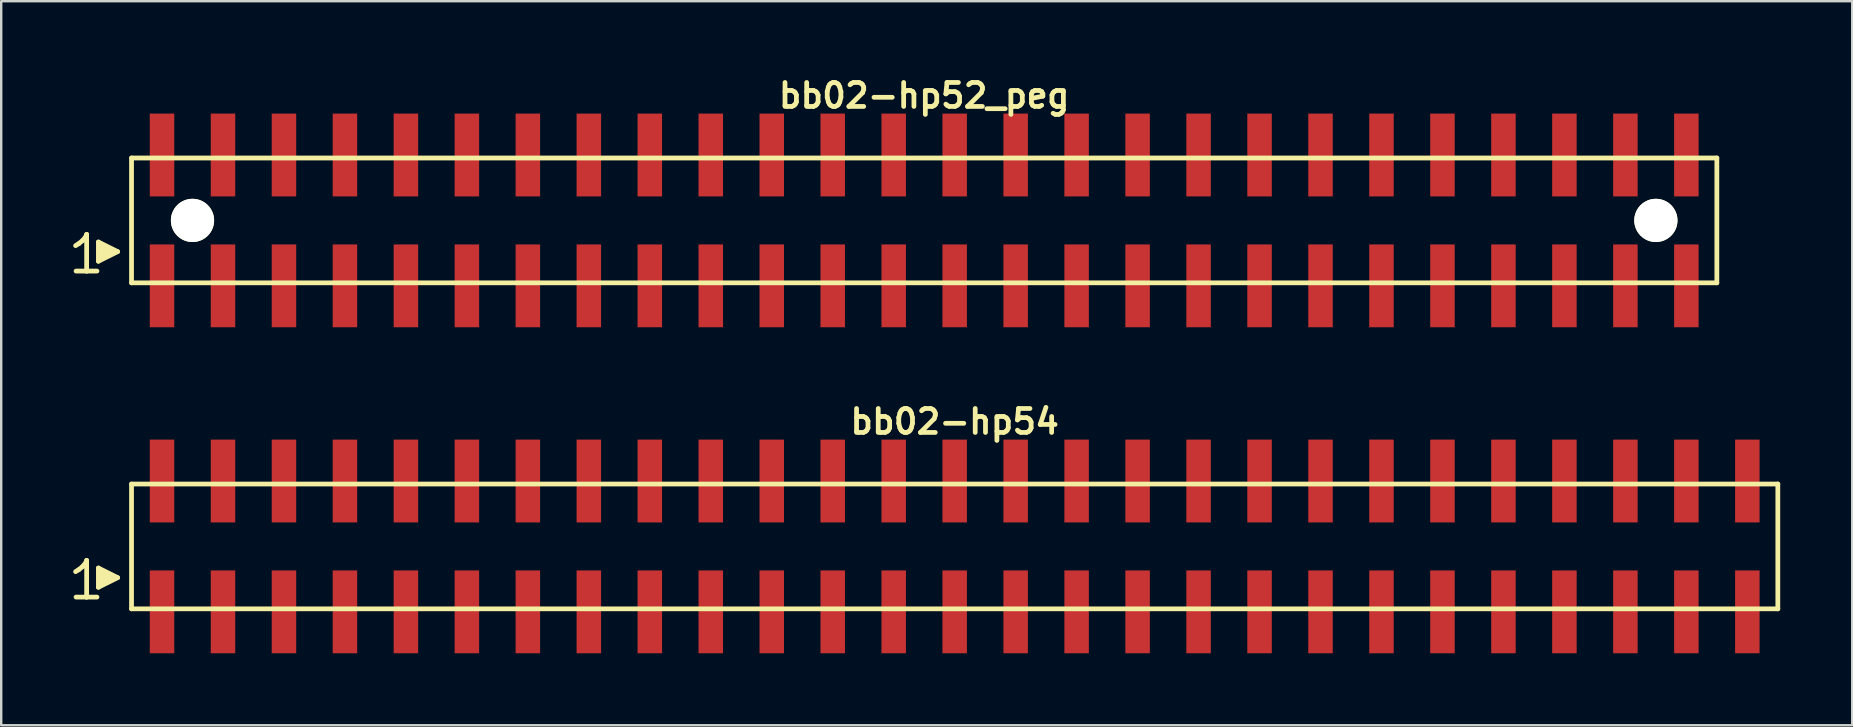
<source format=kicad_pcb>
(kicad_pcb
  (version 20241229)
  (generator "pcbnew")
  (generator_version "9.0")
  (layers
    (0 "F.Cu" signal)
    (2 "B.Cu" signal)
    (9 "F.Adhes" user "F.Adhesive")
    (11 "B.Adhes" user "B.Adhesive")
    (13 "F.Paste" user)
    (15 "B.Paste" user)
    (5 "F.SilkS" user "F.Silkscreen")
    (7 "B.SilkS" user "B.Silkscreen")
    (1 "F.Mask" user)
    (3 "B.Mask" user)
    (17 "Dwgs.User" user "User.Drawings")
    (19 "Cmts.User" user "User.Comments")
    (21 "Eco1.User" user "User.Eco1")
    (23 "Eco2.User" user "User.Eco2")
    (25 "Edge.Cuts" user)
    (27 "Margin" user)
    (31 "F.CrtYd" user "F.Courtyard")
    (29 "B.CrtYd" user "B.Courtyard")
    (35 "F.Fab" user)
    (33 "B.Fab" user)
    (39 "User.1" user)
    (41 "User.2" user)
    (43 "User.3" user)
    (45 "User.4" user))
  (footprint "bb02-hp52_peg"
    (layer "F.Cu")
    (at 35.449 6.132)
    (property "Reference" "bb02-hp52_peg" (at 0 -5.2 0) (layer "F.SilkS") (effects (font (size 0.998 0.998) (thickness 0.198))))
    (attr smd)
    (fp_line (start -35.35 1.05) (end -35.22 0.97) (stroke (width 0.198) (type solid)) (layer "F.SilkS"))
    (fp_line (start -35.22 0.97) (end -35.06 0.84) (stroke (width 0.198) (type solid)) (layer "F.SilkS"))
    (fp_line (start -35.06 0.84) (end -34.92 0.67) (stroke (width 0.198) (type solid)) (layer "F.SilkS"))
    (fp_line (start -34.92 0.67) (end -34.89 0.58) (stroke (width 0.198) (type solid)) (layer "F.SilkS"))
    (fp_line (start -34.89 0.58) (end -34.89 2.11) (stroke (width 0.198) (type solid)) (layer "F.SilkS"))
    (fp_line (start -34.89 2.11) (end -35.33 2.11) (stroke (width 0.198) (type solid)) (layer "F.SilkS"))
    (fp_line (start -34.46 2.11) (end -34.9 2.11) (stroke (width 0.198) (type solid)) (layer "F.SilkS"))
    (fp_line (start -34.4 0.9) (end -33.6 1.3) (stroke (width 0.198) (type solid)) (layer "F.SilkS"))
    (fp_line (start -34.4 1.7) (end -34.4 0.9) (stroke (width 0.198) (type solid)) (layer "F.SilkS"))
    (fp_line (start -34.3 1.6) (end -34.3 1) (stroke (width 0.198) (type solid)) (layer "F.SilkS"))
    (fp_line (start -34.2 1.1) (end -34.2 1.5) (stroke (width 0.198) (type solid)) (layer "F.SilkS"))
    (fp_line (start -34.1 1.5) (end -34.1 1.1) (stroke (width 0.198) (type solid)) (layer "F.SilkS"))
    (fp_line (start -34 1.2) (end -34 1.4) (stroke (width 0.198) (type solid)) (layer "F.SilkS"))
    (fp_line (start -33.9 1.4) (end -33.9 1.2) (stroke (width 0.198) (type solid)) (layer "F.SilkS"))
    (fp_line (start -33.6 1.3) (end -34.4 1.7) (stroke (width 0.198) (type solid)) (layer "F.SilkS"))
    (fp_line (start -33.02 -2.6) (end -33.02 2.6) (stroke (width 0.198) (type solid)) (layer "F.SilkS"))
    (fp_line (start -33.02 -2.6) (end 33.02 -2.6) (stroke (width 0.198) (type solid)) (layer "F.SilkS"))
    (fp_line (start 33.02 2.6) (end -33.02 2.6) (stroke (width 0.198) (type solid)) (layer "F.SilkS"))
    (fp_line (start 33.02 2.6) (end 33.02 -2.6) (stroke (width 0.198) (type solid)) (layer "F.SilkS"))
    (pad "" np_thru_hole circle (at -30.48 0) (size 1.8 1.8) (drill 1.8) (layers "*.Cu" "*.Mask" "F.SilkS"))
    (pad "" np_thru_hole circle (at 30.48 0) (size 1.8 1.8) (drill 1.8) (layers "*.Cu" "*.Mask" "F.SilkS"))
    (pad "1" smd rect (at -31.75 2.725) (size 1.02 3.45) (layers "F.Cu" "F.Mask" "F.Paste"))
    (pad "2" smd rect (at -31.75 -2.725) (size 1.02 3.45) (layers "F.Cu" "F.Mask" "F.Paste"))
    (pad "3" smd rect (at -29.21 2.725) (size 1.02 3.45) (layers "F.Cu" "F.Mask" "F.Paste"))
    (pad "4" smd rect (at -29.21 -2.725) (size 1.02 3.45) (layers "F.Cu" "F.Mask" "F.Paste"))
    (pad "5" smd rect (at -26.67 2.725) (size 1.02 3.45) (layers "F.Cu" "F.Mask" "F.Paste"))
    (pad "6" smd rect (at -26.67 -2.725) (size 1.02 3.45) (layers "F.Cu" "F.Mask" "F.Paste"))
    (pad "7" smd rect (at -24.13 2.725) (size 1.02 3.45) (layers "F.Cu" "F.Mask" "F.Paste"))
    (pad "8" smd rect (at -24.13 -2.725) (size 1.02 3.45) (layers "F.Cu" "F.Mask" "F.Paste"))
    (pad "9" smd rect (at -21.59 2.725) (size 1.02 3.45) (layers "F.Cu" "F.Mask" "F.Paste"))
    (pad "10" smd rect (at -21.59 -2.725) (size 1.02 3.45) (layers "F.Cu" "F.Mask" "F.Paste"))
    (pad "11" smd rect (at -19.05 2.725) (size 1.02 3.45) (layers "F.Cu" "F.Mask" "F.Paste"))
    (pad "12" smd rect (at -19.05 -2.725) (size 1.02 3.45) (layers "F.Cu" "F.Mask" "F.Paste"))
    (pad "13" smd rect (at -16.51 2.725) (size 1.02 3.45) (layers "F.Cu" "F.Mask" "F.Paste"))
    (pad "14" smd rect (at -16.51 -2.725) (size 1.02 3.45) (layers "F.Cu" "F.Mask" "F.Paste"))
    (pad "15" smd rect (at -13.97 2.725) (size 1.02 3.45) (layers "F.Cu" "F.Mask" "F.Paste"))
    (pad "16" smd rect (at -13.97 -2.725) (size 1.02 3.45) (layers "F.Cu" "F.Mask" "F.Paste"))
    (pad "17" smd rect (at -11.43 2.725) (size 1.02 3.45) (layers "F.Cu" "F.Mask" "F.Paste"))
    (pad "18" smd rect (at -11.43 -2.725) (size 1.02 3.45) (layers "F.Cu" "F.Mask" "F.Paste"))
    (pad "19" smd rect (at -8.89 2.725) (size 1.02 3.45) (layers "F.Cu" "F.Mask" "F.Paste"))
    (pad "20" smd rect (at -8.89 -2.725) (size 1.02 3.45) (layers "F.Cu" "F.Mask" "F.Paste"))
    (pad "21" smd rect (at -6.35 2.725) (size 1.02 3.45) (layers "F.Cu" "F.Mask" "F.Paste"))
    (pad "22" smd rect (at -6.35 -2.725) (size 1.02 3.45) (layers "F.Cu" "F.Mask" "F.Paste"))
    (pad "23" smd rect (at -3.81 2.725) (size 1.02 3.45) (layers "F.Cu" "F.Mask" "F.Paste"))
    (pad "24" smd rect (at -3.81 -2.725) (size 1.02 3.45) (layers "F.Cu" "F.Mask" "F.Paste"))
    (pad "25" smd rect (at -1.27 2.725) (size 1.02 3.45) (layers "F.Cu" "F.Mask" "F.Paste"))
    (pad "26" smd rect (at -1.27 -2.725) (size 1.02 3.45) (layers "F.Cu" "F.Mask" "F.Paste"))
    (pad "27" smd rect (at 1.27 2.725) (size 1.02 3.45) (layers "F.Cu" "F.Mask" "F.Paste"))
    (pad "28" smd rect (at 1.27 -2.725) (size 1.02 3.45) (layers "F.Cu" "F.Mask" "F.Paste"))
    (pad "29" smd rect (at 3.81 2.725) (size 1.02 3.45) (layers "F.Cu" "F.Mask" "F.Paste"))
    (pad "30" smd rect (at 3.81 -2.725) (size 1.02 3.45) (layers "F.Cu" "F.Mask" "F.Paste"))
    (pad "31" smd rect (at 6.35 2.725) (size 1.02 3.45) (layers "F.Cu" "F.Mask" "F.Paste"))
    (pad "32" smd rect (at 6.35 -2.725) (size 1.02 3.45) (layers "F.Cu" "F.Mask" "F.Paste"))
    (pad "33" smd rect (at 8.89 2.725) (size 1.02 3.45) (layers "F.Cu" "F.Mask" "F.Paste"))
    (pad "34" smd rect (at 8.89 -2.725) (size 1.02 3.45) (layers "F.Cu" "F.Mask" "F.Paste"))
    (pad "35" smd rect (at 11.43 2.725) (size 1.02 3.45) (layers "F.Cu" "F.Mask" "F.Paste"))
    (pad "36" smd rect (at 11.43 -2.725) (size 1.02 3.45) (layers "F.Cu" "F.Mask" "F.Paste"))
    (pad "37" smd rect (at 13.97 2.725) (size 1.02 3.45) (layers "F.Cu" "F.Mask" "F.Paste"))
    (pad "38" smd rect (at 13.97 -2.725) (size 1.02 3.45) (layers "F.Cu" "F.Mask" "F.Paste"))
    (pad "39" smd rect (at 16.51 2.725) (size 1.02 3.45) (layers "F.Cu" "F.Mask" "F.Paste"))
    (pad "40" smd rect (at 16.51 -2.725) (size 1.02 3.45) (layers "F.Cu" "F.Mask" "F.Paste"))
    (pad "41" smd rect (at 19.05 2.725) (size 1.02 3.45) (layers "F.Cu" "F.Mask" "F.Paste"))
    (pad "42" smd rect (at 19.05 -2.725) (size 1.02 3.45) (layers "F.Cu" "F.Mask" "F.Paste"))
    (pad "43" smd rect (at 21.59 2.725) (size 1.02 3.45) (layers "F.Cu" "F.Mask" "F.Paste"))
    (pad "44" smd rect (at 21.59 -2.725) (size 1.02 3.45) (layers "F.Cu" "F.Mask" "F.Paste"))
    (pad "45" smd rect (at 24.13 2.725) (size 1.02 3.45) (layers "F.Cu" "F.Mask" "F.Paste"))
    (pad "46" smd rect (at 24.13 -2.725) (size 1.02 3.45) (layers "F.Cu" "F.Mask" "F.Paste"))
    (pad "47" smd rect (at 26.67 2.725) (size 1.02 3.45) (layers "F.Cu" "F.Mask" "F.Paste"))
    (pad "48" smd rect (at 26.67 -2.725) (size 1.02 3.45) (layers "F.Cu" "F.Mask" "F.Paste"))
    (pad "49" smd rect (at 29.21 2.725) (size 1.02 3.45) (layers "F.Cu" "F.Mask" "F.Paste"))
    (pad "50" smd rect (at 29.21 -2.725) (size 1.02 3.45) (layers "F.Cu" "F.Mask" "F.Paste"))
    (pad "51" smd rect (at 31.75 2.725) (size 1.02 3.45) (layers "F.Cu" "F.Mask" "F.Paste"))
    (pad "52" smd rect (at 31.75 -2.725) (size 1.02 3.45) (layers "F.Cu" "F.Mask" "F.Paste")))
  (footprint "bb02-hp54"
    (layer "F.Cu")
    (at 36.719 19.713)
    (property "Reference" "bb02-hp54" (at 0 -5.2 0) (layer "F.SilkS") (effects (font (size 0.998 0.998) (thickness 0.198))))
    (attr smd)
    (fp_line (start -36.62 1.05) (end -36.49 0.97) (stroke (width 0.198) (type solid)) (layer "F.SilkS"))
    (fp_line (start -36.49 0.97) (end -36.33 0.84) (stroke (width 0.198) (type solid)) (layer "F.SilkS"))
    (fp_line (start -36.33 0.84) (end -36.19 0.67) (stroke (width 0.198) (type solid)) (layer "F.SilkS"))
    (fp_line (start -36.19 0.67) (end -36.16 0.58) (stroke (width 0.198) (type solid)) (layer "F.SilkS"))
    (fp_line (start -36.16 0.58) (end -36.16 2.11) (stroke (width 0.198) (type solid)) (layer "F.SilkS"))
    (fp_line (start -36.16 2.11) (end -36.6 2.11) (stroke (width 0.198) (type solid)) (layer "F.SilkS"))
    (fp_line (start -35.73 2.11) (end -36.17 2.11) (stroke (width 0.198) (type solid)) (layer "F.SilkS"))
    (fp_line (start -35.67 0.9) (end -34.87 1.3) (stroke (width 0.198) (type solid)) (layer "F.SilkS"))
    (fp_line (start -35.67 1.7) (end -35.67 0.9) (stroke (width 0.198) (type solid)) (layer "F.SilkS"))
    (fp_line (start -35.57 1.6) (end -35.57 1) (stroke (width 0.198) (type solid)) (layer "F.SilkS"))
    (fp_line (start -35.47 1.1) (end -35.47 1.5) (stroke (width 0.198) (type solid)) (layer "F.SilkS"))
    (fp_line (start -35.37 1.5) (end -35.37 1.1) (stroke (width 0.198) (type solid)) (layer "F.SilkS"))
    (fp_line (start -35.27 1.2) (end -35.27 1.4) (stroke (width 0.198) (type solid)) (layer "F.SilkS"))
    (fp_line (start -35.17 1.4) (end -35.17 1.2) (stroke (width 0.198) (type solid)) (layer "F.SilkS"))
    (fp_line (start -34.87 1.3) (end -35.67 1.7) (stroke (width 0.198) (type solid)) (layer "F.SilkS"))
    (fp_line (start -34.29 -2.6) (end -34.29 2.6) (stroke (width 0.198) (type solid)) (layer "F.SilkS"))
    (fp_line (start -34.29 -2.6) (end 34.29 -2.6) (stroke (width 0.198) (type solid)) (layer "F.SilkS"))
    (fp_line (start 34.29 2.6) (end -34.29 2.6) (stroke (width 0.198) (type solid)) (layer "F.SilkS"))
    (fp_line (start 34.29 2.6) (end 34.29 -2.6) (stroke (width 0.198) (type solid)) (layer "F.SilkS"))
    (pad "1" smd rect (at -33.02 2.725) (size 1.02 3.45) (layers "F.Cu" "F.Mask" "F.Paste"))
    (pad "2" smd rect (at -33.02 -2.725) (size 1.02 3.45) (layers "F.Cu" "F.Mask" "F.Paste"))
    (pad "3" smd rect (at -30.48 2.725) (size 1.02 3.45) (layers "F.Cu" "F.Mask" "F.Paste"))
    (pad "4" smd rect (at -30.48 -2.725) (size 1.02 3.45) (layers "F.Cu" "F.Mask" "F.Paste"))
    (pad "5" smd rect (at -27.94 2.725) (size 1.02 3.45) (layers "F.Cu" "F.Mask" "F.Paste"))
    (pad "6" smd rect (at -27.94 -2.725) (size 1.02 3.45) (layers "F.Cu" "F.Mask" "F.Paste"))
    (pad "7" smd rect (at -25.4 2.725) (size 1.02 3.45) (layers "F.Cu" "F.Mask" "F.Paste"))
    (pad "8" smd rect (at -25.4 -2.725) (size 1.02 3.45) (layers "F.Cu" "F.Mask" "F.Paste"))
    (pad "9" smd rect (at -22.86 2.725) (size 1.02 3.45) (layers "F.Cu" "F.Mask" "F.Paste"))
    (pad "10" smd rect (at -22.86 -2.725) (size 1.02 3.45) (layers "F.Cu" "F.Mask" "F.Paste"))
    (pad "11" smd rect (at -20.32 2.725) (size 1.02 3.45) (layers "F.Cu" "F.Mask" "F.Paste"))
    (pad "12" smd rect (at -20.32 -2.725) (size 1.02 3.45) (layers "F.Cu" "F.Mask" "F.Paste"))
    (pad "13" smd rect (at -17.78 2.725) (size 1.02 3.45) (layers "F.Cu" "F.Mask" "F.Paste"))
    (pad "14" smd rect (at -17.78 -2.725) (size 1.02 3.45) (layers "F.Cu" "F.Mask" "F.Paste"))
    (pad "15" smd rect (at -15.24 2.725) (size 1.02 3.45) (layers "F.Cu" "F.Mask" "F.Paste"))
    (pad "16" smd rect (at -15.24 -2.725) (size 1.02 3.45) (layers "F.Cu" "F.Mask" "F.Paste"))
    (pad "17" smd rect (at -12.7 2.725) (size 1.02 3.45) (layers "F.Cu" "F.Mask" "F.Paste"))
    (pad "18" smd rect (at -12.7 -2.725) (size 1.02 3.45) (layers "F.Cu" "F.Mask" "F.Paste"))
    (pad "19" smd rect (at -10.16 2.725) (size 1.02 3.45) (layers "F.Cu" "F.Mask" "F.Paste"))
    (pad "20" smd rect (at -10.16 -2.725) (size 1.02 3.45) (layers "F.Cu" "F.Mask" "F.Paste"))
    (pad "21" smd rect (at -7.62 2.725) (size 1.02 3.45) (layers "F.Cu" "F.Mask" "F.Paste"))
    (pad "22" smd rect (at -7.62 -2.725) (size 1.02 3.45) (layers "F.Cu" "F.Mask" "F.Paste"))
    (pad "23" smd rect (at -5.08 2.725) (size 1.02 3.45) (layers "F.Cu" "F.Mask" "F.Paste"))
    (pad "24" smd rect (at -5.08 -2.725) (size 1.02 3.45) (layers "F.Cu" "F.Mask" "F.Paste"))
    (pad "25" smd rect (at -2.54 2.725) (size 1.02 3.45) (layers "F.Cu" "F.Mask" "F.Paste"))
    (pad "26" smd rect (at -2.54 -2.725) (size 1.02 3.45) (layers "F.Cu" "F.Mask" "F.Paste"))
    (pad "27" smd rect (at 0 2.725) (size 1.02 3.45) (layers "F.Cu" "F.Mask" "F.Paste"))
    (pad "28" smd rect (at 0 -2.725) (size 1.02 3.45) (layers "F.Cu" "F.Mask" "F.Paste"))
    (pad "29" smd rect (at 2.54 2.725) (size 1.02 3.45) (layers "F.Cu" "F.Mask" "F.Paste"))
    (pad "30" smd rect (at 2.54 -2.725) (size 1.02 3.45) (layers "F.Cu" "F.Mask" "F.Paste"))
    (pad "31" smd rect (at 5.08 2.725) (size 1.02 3.45) (layers "F.Cu" "F.Mask" "F.Paste"))
    (pad "32" smd rect (at 5.08 -2.725) (size 1.02 3.45) (layers "F.Cu" "F.Mask" "F.Paste"))
    (pad "33" smd rect (at 7.62 2.725) (size 1.02 3.45) (layers "F.Cu" "F.Mask" "F.Paste"))
    (pad "34" smd rect (at 7.62 -2.725) (size 1.02 3.45) (layers "F.Cu" "F.Mask" "F.Paste"))
    (pad "35" smd rect (at 10.16 2.725) (size 1.02 3.45) (layers "F.Cu" "F.Mask" "F.Paste"))
    (pad "36" smd rect (at 10.16 -2.725) (size 1.02 3.45) (layers "F.Cu" "F.Mask" "F.Paste"))
    (pad "37" smd rect (at 12.7 2.725) (size 1.02 3.45) (layers "F.Cu" "F.Mask" "F.Paste"))
    (pad "38" smd rect (at 12.7 -2.725) (size 1.02 3.45) (layers "F.Cu" "F.Mask" "F.Paste"))
    (pad "39" smd rect (at 15.24 2.725) (size 1.02 3.45) (layers "F.Cu" "F.Mask" "F.Paste"))
    (pad "40" smd rect (at 15.24 -2.725) (size 1.02 3.45) (layers "F.Cu" "F.Mask" "F.Paste"))
    (pad "41" smd rect (at 17.78 2.725) (size 1.02 3.45) (layers "F.Cu" "F.Mask" "F.Paste"))
    (pad "42" smd rect (at 17.78 -2.725) (size 1.02 3.45) (layers "F.Cu" "F.Mask" "F.Paste"))
    (pad "43" smd rect (at 20.32 2.725) (size 1.02 3.45) (layers "F.Cu" "F.Mask" "F.Paste"))
    (pad "44" smd rect (at 20.32 -2.725) (size 1.02 3.45) (layers "F.Cu" "F.Mask" "F.Paste"))
    (pad "45" smd rect (at 22.86 2.725) (size 1.02 3.45) (layers "F.Cu" "F.Mask" "F.Paste"))
    (pad "46" smd rect (at 22.86 -2.725) (size 1.02 3.45) (layers "F.Cu" "F.Mask" "F.Paste"))
    (pad "47" smd rect (at 25.4 2.725) (size 1.02 3.45) (layers "F.Cu" "F.Mask" "F.Paste"))
    (pad "48" smd rect (at 25.4 -2.725) (size 1.02 3.45) (layers "F.Cu" "F.Mask" "F.Paste"))
    (pad "49" smd rect (at 27.94 2.725) (size 1.02 3.45) (layers "F.Cu" "F.Mask" "F.Paste"))
    (pad "50" smd rect (at 27.94 -2.725) (size 1.02 3.45) (layers "F.Cu" "F.Mask" "F.Paste"))
    (pad "51" smd rect (at 30.48 2.725) (size 1.02 3.45) (layers "F.Cu" "F.Mask" "F.Paste"))
    (pad "52" smd rect (at 30.48 -2.725) (size 1.02 3.45) (layers "F.Cu" "F.Mask" "F.Paste"))
    (pad "53" smd rect (at 33.02 2.725) (size 1.02 3.45) (layers "F.Cu" "F.Mask" "F.Paste"))
    (pad "54" smd rect (at 33.02 -2.725) (size 1.02 3.45) (layers "F.Cu" "F.Mask" "F.Paste")))
  (gr_rect
    (start -3 -3)
    (end 74.108 27.163)
    (stroke (width 0.1) (type default))
    (fill no)
    (layer "Edge.Cuts")))
</source>
